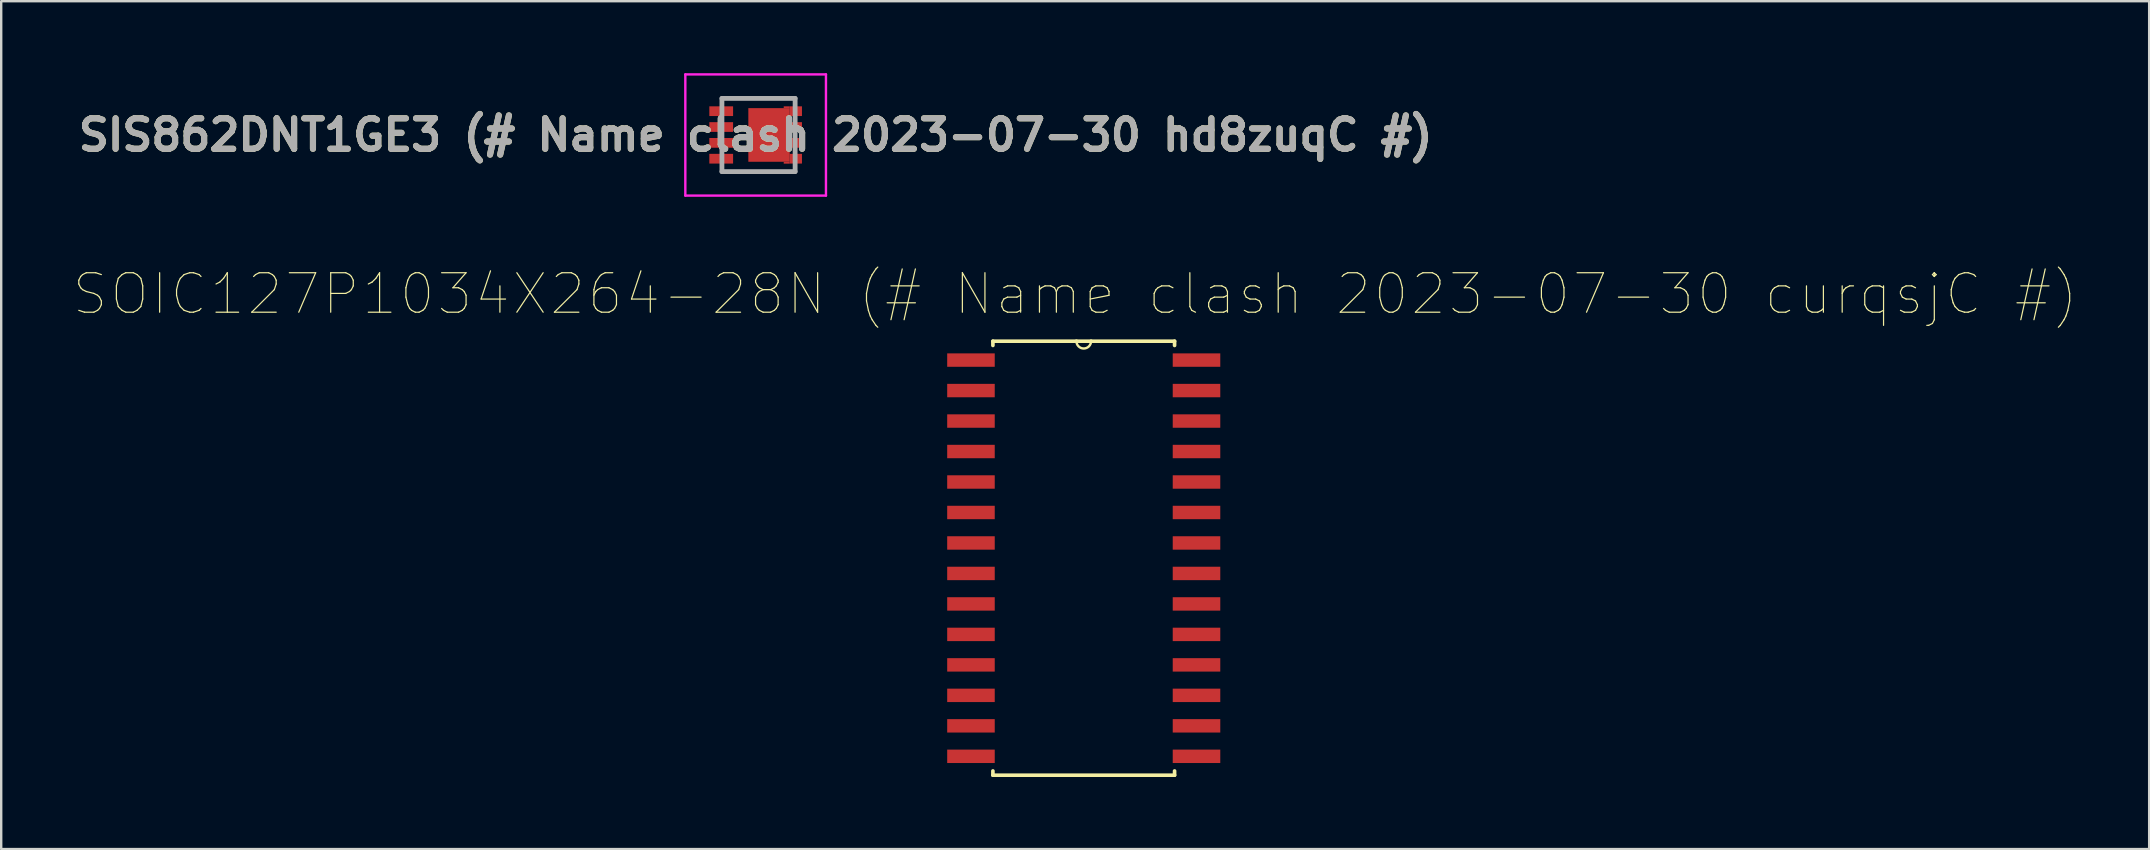
<source format=kicad_pcb>
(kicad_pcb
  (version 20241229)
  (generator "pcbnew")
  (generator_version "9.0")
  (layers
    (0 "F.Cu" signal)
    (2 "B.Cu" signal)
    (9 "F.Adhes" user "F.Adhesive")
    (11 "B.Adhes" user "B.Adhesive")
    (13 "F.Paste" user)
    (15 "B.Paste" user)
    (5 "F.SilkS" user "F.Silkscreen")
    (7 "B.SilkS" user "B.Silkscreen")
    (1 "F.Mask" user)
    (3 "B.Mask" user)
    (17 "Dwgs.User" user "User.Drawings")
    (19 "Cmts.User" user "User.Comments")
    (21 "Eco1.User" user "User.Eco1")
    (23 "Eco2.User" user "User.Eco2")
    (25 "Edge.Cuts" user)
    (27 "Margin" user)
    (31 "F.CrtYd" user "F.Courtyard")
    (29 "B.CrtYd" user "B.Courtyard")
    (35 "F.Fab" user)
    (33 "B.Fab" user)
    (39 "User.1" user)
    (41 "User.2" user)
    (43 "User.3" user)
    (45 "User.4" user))
  (footprint "SOIC127P1034X264-28N (# Name clash 2023-07-30 curqsjC #)"
    (layer "F.Cu")
    (at 42.107 20.209)
    (property "Reference" "SOIC127P1034X264-28N (# Name clash 2023-07-30 curqsjC #)" (at -0.357 -11.009 0) (layer "F.SilkS") (effects (font (size 1.645 1.645) (thickness 0.05))))
    (attr smd)
    (fp_line (start -3.785 -9.042) (end -3.785 -8.865) (stroke (width 0.152) (type solid)) (layer "F.SilkS"))
    (fp_line (start -3.785 8.865) (end -3.785 9.042) (stroke (width 0.152) (type solid)) (layer "F.SilkS"))
    (fp_line (start -3.785 9.042) (end 3.785 9.042) (stroke (width 0.152) (type solid)) (layer "F.SilkS"))
    (fp_line (start -0.305 -9.042) (end -3.785 -9.042) (stroke (width 0.152) (type solid)) (layer "F.SilkS"))
    (fp_line (start 0.305 -9.042) (end -0.305 -9.042) (stroke (width 0.152) (type solid)) (layer "F.SilkS"))
    (fp_line (start 3.785 -9.042) (end 0.305 -9.042) (stroke (width 0.152) (type solid)) (layer "F.SilkS"))
    (fp_line (start 3.785 -8.865) (end 3.785 -9.042) (stroke (width 0.152) (type solid)) (layer "F.SilkS"))
    (fp_line (start 3.785 9.042) (end 3.785 8.865) (stroke (width 0.152) (type solid)) (layer "F.SilkS"))
    (fp_arc (start 0.3048 -9.0424) (mid 0 -8.7376) (end -0.3048 -9.0424) (stroke (width 0.1) (type solid)) (layer "F.SilkS"))
    (fp_line (start -5.334 -8.509) (end -5.334 -8.001) (stroke (width 0.152) (type solid)) (layer "Eco2.User"))
    (fp_line (start -5.334 -8.001) (end -3.785 -8.001) (stroke (width 0.152) (type solid)) (layer "Eco2.User"))
    (fp_line (start -5.334 -7.239) (end -5.334 -6.731) (stroke (width 0.152) (type solid)) (layer "Eco2.User"))
    (fp_line (start -5.334 -6.731) (end -3.785 -6.731) (stroke (width 0.152) (type solid)) (layer "Eco2.User"))
    (fp_line (start -5.334 -5.969) (end -5.334 -5.461) (stroke (width 0.152) (type solid)) (layer "Eco2.User"))
    (fp_line (start -5.334 -5.461) (end -3.785 -5.461) (stroke (width 0.152) (type solid)) (layer "Eco2.User"))
    (fp_line (start -5.334 -4.699) (end -5.334 -4.191) (stroke (width 0.152) (type solid)) (layer "Eco2.User"))
    (fp_line (start -5.334 -4.191) (end -3.785 -4.191) (stroke (width 0.152) (type solid)) (layer "Eco2.User"))
    (fp_line (start -5.334 -3.429) (end -5.334 -2.921) (stroke (width 0.152) (type solid)) (layer "Eco2.User"))
    (fp_line (start -5.334 -2.921) (end -3.785 -2.921) (stroke (width 0.152) (type solid)) (layer "Eco2.User"))
    (fp_line (start -5.334 -2.159) (end -5.334 -1.651) (stroke (width 0.152) (type solid)) (layer "Eco2.User"))
    (fp_line (start -5.334 -1.651) (end -3.785 -1.651) (stroke (width 0.152) (type solid)) (layer "Eco2.User"))
    (fp_line (start -5.334 -0.889) (end -5.334 -0.381) (stroke (width 0.152) (type solid)) (layer "Eco2.User"))
    (fp_line (start -5.334 -0.381) (end -3.785 -0.381) (stroke (width 0.152) (type solid)) (layer "Eco2.User"))
    (fp_line (start -5.334 0.381) (end -5.334 0.889) (stroke (width 0.152) (type solid)) (layer "Eco2.User"))
    (fp_line (start -5.334 0.889) (end -3.785 0.889) (stroke (width 0.152) (type solid)) (layer "Eco2.User"))
    (fp_line (start -5.334 1.651) (end -5.334 2.159) (stroke (width 0.152) (type solid)) (layer "Eco2.User"))
    (fp_line (start -5.334 2.159) (end -3.785 2.159) (stroke (width 0.152) (type solid)) (layer "Eco2.User"))
    (fp_line (start -5.334 2.921) (end -5.334 3.429) (stroke (width 0.152) (type solid)) (layer "Eco2.User"))
    (fp_line (start -5.334 3.429) (end -3.785 3.429) (stroke (width 0.152) (type solid)) (layer "Eco2.User"))
    (fp_line (start -5.334 4.191) (end -5.334 4.699) (stroke (width 0.152) (type solid)) (layer "Eco2.User"))
    (fp_line (start -5.334 4.699) (end -3.785 4.699) (stroke (width 0.152) (type solid)) (layer "Eco2.User"))
    (fp_line (start -5.334 5.461) (end -5.334 5.969) (stroke (width 0.152) (type solid)) (layer "Eco2.User"))
    (fp_line (start -5.334 5.969) (end -3.785 5.969) (stroke (width 0.152) (type solid)) (layer "Eco2.User"))
    (fp_line (start -5.334 6.731) (end -5.334 7.239) (stroke (width 0.152) (type solid)) (layer "Eco2.User"))
    (fp_line (start -5.334 7.239) (end -3.785 7.239) (stroke (width 0.152) (type solid)) (layer "Eco2.User"))
    (fp_line (start -5.334 8.001) (end -5.334 8.509) (stroke (width 0.152) (type solid)) (layer "Eco2.User"))
    (fp_line (start -5.334 8.509) (end -3.785 8.509) (stroke (width 0.152) (type solid)) (layer "Eco2.User"))
    (fp_line (start -3.785 -9.042) (end -3.785 9.042) (stroke (width 0.152) (type solid)) (layer "Eco2.User"))
    (fp_line (start -3.785 -8.509) (end -5.334 -8.509) (stroke (width 0.152) (type solid)) (layer "Eco2.User"))
    (fp_line (start -3.785 -8.001) (end -3.785 -8.509) (stroke (width 0.152) (type solid)) (layer "Eco2.User"))
    (fp_line (start -3.785 -7.239) (end -5.334 -7.239) (stroke (width 0.152) (type solid)) (layer "Eco2.User"))
    (fp_line (start -3.785 -6.731) (end -3.785 -7.239) (stroke (width 0.152) (type solid)) (layer "Eco2.User"))
    (fp_line (start -3.785 -5.969) (end -5.334 -5.969) (stroke (width 0.152) (type solid)) (layer "Eco2.User"))
    (fp_line (start -3.785 -5.461) (end -3.785 -5.969) (stroke (width 0.152) (type solid)) (layer "Eco2.User"))
    (fp_line (start -3.785 -4.699) (end -5.334 -4.699) (stroke (width 0.152) (type solid)) (layer "Eco2.User"))
    (fp_line (start -3.785 -4.191) (end -3.785 -4.699) (stroke (width 0.152) (type solid)) (layer "Eco2.User"))
    (fp_line (start -3.785 -3.429) (end -5.334 -3.429) (stroke (width 0.152) (type solid)) (layer "Eco2.User"))
    (fp_line (start -3.785 -2.921) (end -3.785 -3.429) (stroke (width 0.152) (type solid)) (layer "Eco2.User"))
    (fp_line (start -3.785 -2.159) (end -5.334 -2.159) (stroke (width 0.152) (type solid)) (layer "Eco2.User"))
    (fp_line (start -3.785 -1.651) (end -3.785 -2.159) (stroke (width 0.152) (type solid)) (layer "Eco2.User"))
    (fp_line (start -3.785 -0.889) (end -5.334 -0.889) (stroke (width 0.152) (type solid)) (layer "Eco2.User"))
    (fp_line (start -3.785 -0.381) (end -3.785 -0.889) (stroke (width 0.152) (type solid)) (layer "Eco2.User"))
    (fp_line (start -3.785 0.381) (end -5.334 0.381) (stroke (width 0.152) (type solid)) (layer "Eco2.User"))
    (fp_line (start -3.785 0.889) (end -3.785 0.381) (stroke (width 0.152) (type solid)) (layer "Eco2.User"))
    (fp_line (start -3.785 1.651) (end -5.334 1.651) (stroke (width 0.152) (type solid)) (layer "Eco2.User"))
    (fp_line (start -3.785 2.159) (end -3.785 1.651) (stroke (width 0.152) (type solid)) (layer "Eco2.User"))
    (fp_line (start -3.785 2.921) (end -5.334 2.921) (stroke (width 0.152) (type solid)) (layer "Eco2.User"))
    (fp_line (start -3.785 3.429) (end -3.785 2.921) (stroke (width 0.152) (type solid)) (layer "Eco2.User"))
    (fp_line (start -3.785 4.191) (end -5.334 4.191) (stroke (width 0.152) (type solid)) (layer "Eco2.User"))
    (fp_line (start -3.785 4.699) (end -3.785 4.191) (stroke (width 0.152) (type solid)) (layer "Eco2.User"))
    (fp_line (start -3.785 5.461) (end -5.334 5.461) (stroke (width 0.152) (type solid)) (layer "Eco2.User"))
    (fp_line (start -3.785 5.969) (end -3.785 5.461) (stroke (width 0.152) (type solid)) (layer "Eco2.User"))
    (fp_line (start -3.785 6.731) (end -5.334 6.731) (stroke (width 0.152) (type solid)) (layer "Eco2.User"))
    (fp_line (start -3.785 7.239) (end -3.785 6.731) (stroke (width 0.152) (type solid)) (layer "Eco2.User"))
    (fp_line (start -3.785 8.001) (end -5.334 8.001) (stroke (width 0.152) (type solid)) (layer "Eco2.User"))
    (fp_line (start -3.785 8.509) (end -3.785 8.001) (stroke (width 0.152) (type solid)) (layer "Eco2.User"))
    (fp_line (start -3.785 9.042) (end 3.785 9.042) (stroke (width 0.152) (type solid)) (layer "Eco2.User"))
    (fp_line (start -0.305 -9.042) (end -3.785 -9.042) (stroke (width 0.152) (type solid)) (layer "Eco2.User"))
    (fp_line (start 0.305 -9.042) (end -0.305 -9.042) (stroke (width 0.152) (type solid)) (layer "Eco2.User"))
    (fp_line (start 3.785 -9.042) (end 0.305 -9.042) (stroke (width 0.152) (type solid)) (layer "Eco2.User"))
    (fp_line (start 3.785 -8.509) (end 3.785 -8.001) (stroke (width 0.152) (type solid)) (layer "Eco2.User"))
    (fp_line (start 3.785 -8.001) (end 5.334 -8.001) (stroke (width 0.152) (type solid)) (layer "Eco2.User"))
    (fp_line (start 3.785 -7.239) (end 3.785 -6.731) (stroke (width 0.152) (type solid)) (layer "Eco2.User"))
    (fp_line (start 3.785 -6.731) (end 5.334 -6.731) (stroke (width 0.152) (type solid)) (layer "Eco2.User"))
    (fp_line (start 3.785 -5.969) (end 3.785 -5.461) (stroke (width 0.152) (type solid)) (layer "Eco2.User"))
    (fp_line (start 3.785 -5.461) (end 5.334 -5.461) (stroke (width 0.152) (type solid)) (layer "Eco2.User"))
    (fp_line (start 3.785 -4.699) (end 3.785 -4.191) (stroke (width 0.152) (type solid)) (layer "Eco2.User"))
    (fp_line (start 3.785 -4.191) (end 5.334 -4.191) (stroke (width 0.152) (type solid)) (layer "Eco2.User"))
    (fp_line (start 3.785 -3.429) (end 3.785 -2.921) (stroke (width 0.152) (type solid)) (layer "Eco2.User"))
    (fp_line (start 3.785 -2.921) (end 5.334 -2.921) (stroke (width 0.152) (type solid)) (layer "Eco2.User"))
    (fp_line (start 3.785 -2.159) (end 3.785 -1.651) (stroke (width 0.152) (type solid)) (layer "Eco2.User"))
    (fp_line (start 3.785 -1.651) (end 5.334 -1.651) (stroke (width 0.152) (type solid)) (layer "Eco2.User"))
    (fp_line (start 3.785 -0.889) (end 3.785 -0.381) (stroke (width 0.152) (type solid)) (layer "Eco2.User"))
    (fp_line (start 3.785 -0.381) (end 5.334 -0.381) (stroke (width 0.152) (type solid)) (layer "Eco2.User"))
    (fp_line (start 3.785 0.381) (end 3.785 0.889) (stroke (width 0.152) (type solid)) (layer "Eco2.User"))
    (fp_line (start 3.785 0.889) (end 5.334 0.889) (stroke (width 0.152) (type solid)) (layer "Eco2.User"))
    (fp_line (start 3.785 1.651) (end 3.785 2.159) (stroke (width 0.152) (type solid)) (layer "Eco2.User"))
    (fp_line (start 3.785 2.159) (end 5.334 2.159) (stroke (width 0.152) (type solid)) (layer "Eco2.User"))
    (fp_line (start 3.785 2.921) (end 3.785 3.429) (stroke (width 0.152) (type solid)) (layer "Eco2.User"))
    (fp_line (start 3.785 3.429) (end 5.334 3.429) (stroke (width 0.152) (type solid)) (layer "Eco2.User"))
    (fp_line (start 3.785 4.191) (end 3.785 4.699) (stroke (width 0.152) (type solid)) (layer "Eco2.User"))
    (fp_line (start 3.785 4.699) (end 5.334 4.699) (stroke (width 0.152) (type solid)) (layer "Eco2.User"))
    (fp_line (start 3.785 5.461) (end 3.785 5.969) (stroke (width 0.152) (type solid)) (layer "Eco2.User"))
    (fp_line (start 3.785 5.969) (end 5.334 5.969) (stroke (width 0.152) (type solid)) (layer "Eco2.User"))
    (fp_line (start 3.785 6.731) (end 3.785 7.239) (stroke (width 0.152) (type solid)) (layer "Eco2.User"))
    (fp_line (start 3.785 7.239) (end 5.334 7.239) (stroke (width 0.152) (type solid)) (layer "Eco2.User"))
    (fp_line (start 3.785 8.001) (end 3.785 8.509) (stroke (width 0.152) (type solid)) (layer "Eco2.User"))
    (fp_line (start 3.785 8.509) (end 5.334 8.509) (stroke (width 0.152) (type solid)) (layer "Eco2.User"))
    (fp_line (start 3.785 9.042) (end 3.785 -9.042) (stroke (width 0.152) (type solid)) (layer "Eco2.User"))
    (fp_line (start 5.334 -8.509) (end 3.785 -8.509) (stroke (width 0.152) (type solid)) (layer "Eco2.User"))
    (fp_line (start 5.334 -8.001) (end 5.334 -8.509) (stroke (width 0.152) (type solid)) (layer "Eco2.User"))
    (fp_line (start 5.334 -7.239) (end 3.785 -7.239) (stroke (width 0.152) (type solid)) (layer "Eco2.User"))
    (fp_line (start 5.334 -6.731) (end 5.334 -7.239) (stroke (width 0.152) (type solid)) (layer "Eco2.User"))
    (fp_line (start 5.334 -5.969) (end 3.785 -5.969) (stroke (width 0.152) (type solid)) (layer "Eco2.User"))
    (fp_line (start 5.334 -5.461) (end 5.334 -5.969) (stroke (width 0.152) (type solid)) (layer "Eco2.User"))
    (fp_line (start 5.334 -4.699) (end 3.785 -4.699) (stroke (width 0.152) (type solid)) (layer "Eco2.User"))
    (fp_line (start 5.334 -4.191) (end 5.334 -4.699) (stroke (width 0.152) (type solid)) (layer "Eco2.User"))
    (fp_line (start 5.334 -3.429) (end 3.785 -3.429) (stroke (width 0.152) (type solid)) (layer "Eco2.User"))
    (fp_line (start 5.334 -2.921) (end 5.334 -3.429) (stroke (width 0.152) (type solid)) (layer "Eco2.User"))
    (fp_line (start 5.334 -2.159) (end 3.785 -2.159) (stroke (width 0.152) (type solid)) (layer "Eco2.User"))
    (fp_line (start 5.334 -1.651) (end 5.334 -2.159) (stroke (width 0.152) (type solid)) (layer "Eco2.User"))
    (fp_line (start 5.334 -0.889) (end 3.785 -0.889) (stroke (width 0.152) (type solid)) (layer "Eco2.User"))
    (fp_line (start 5.334 -0.381) (end 5.334 -0.889) (stroke (width 0.152) (type solid)) (layer "Eco2.User"))
    (fp_line (start 5.334 0.381) (end 3.785 0.381) (stroke (width 0.152) (type solid)) (layer "Eco2.User"))
    (fp_line (start 5.334 0.889) (end 5.334 0.381) (stroke (width 0.152) (type solid)) (layer "Eco2.User"))
    (fp_line (start 5.334 1.651) (end 3.785 1.651) (stroke (width 0.152) (type solid)) (layer "Eco2.User"))
    (fp_line (start 5.334 2.159) (end 5.334 1.651) (stroke (width 0.152) (type solid)) (layer "Eco2.User"))
    (fp_line (start 5.334 2.921) (end 3.785 2.921) (stroke (width 0.152) (type solid)) (layer "Eco2.User"))
    (fp_line (start 5.334 3.429) (end 5.334 2.921) (stroke (width 0.152) (type solid)) (layer "Eco2.User"))
    (fp_line (start 5.334 4.191) (end 3.785 4.191) (stroke (width 0.152) (type solid)) (layer "Eco2.User"))
    (fp_line (start 5.334 4.699) (end 5.334 4.191) (stroke (width 0.152) (type solid)) (layer "Eco2.User"))
    (fp_line (start 5.334 5.461) (end 3.785 5.461) (stroke (width 0.152) (type solid)) (layer "Eco2.User"))
    (fp_line (start 5.334 5.969) (end 5.334 5.461) (stroke (width 0.152) (type solid)) (layer "Eco2.User"))
    (fp_line (start 5.334 6.731) (end 3.785 6.731) (stroke (width 0.152) (type solid)) (layer "Eco2.User"))
    (fp_line (start 5.334 7.239) (end 5.334 6.731) (stroke (width 0.152) (type solid)) (layer "Eco2.User"))
    (fp_line (start 5.334 8.001) (end 3.785 8.001) (stroke (width 0.152) (type solid)) (layer "Eco2.User"))
    (fp_line (start 5.334 8.509) (end 5.334 8.001) (stroke (width 0.152) (type solid)) (layer "Eco2.User"))
    (fp_arc (start 0.3048 -9.0424) (mid 0 -8.7376) (end -0.3048 -9.0424) (stroke (width 0.1) (type solid)) (layer "Eco2.User"))
    (pad "1" smd rect (at -4.699 -8.255) (size 1.981 0.559) (layers "F.Cu" "F.Paste"))
    (pad "2" smd rect (at -4.699 -6.985) (size 1.981 0.559) (layers "F.Cu" "F.Paste"))
    (pad "3" smd rect (at -4.699 -5.715) (size 1.981 0.559) (layers "F.Cu" "F.Paste"))
    (pad "4" smd rect (at -4.699 -4.445) (size 1.981 0.559) (layers "F.Cu" "F.Paste"))
    (pad "5" smd rect (at -4.699 -3.175) (size 1.981 0.559) (layers "F.Cu" "F.Paste"))
    (pad "6" smd rect (at -4.699 -1.905) (size 1.981 0.559) (layers "F.Cu" "F.Paste"))
    (pad "7" smd rect (at -4.699 -0.635) (size 1.981 0.559) (layers "F.Cu" "F.Paste"))
    (pad "8" smd rect (at -4.699 0.635) (size 1.981 0.559) (layers "F.Cu" "F.Paste"))
    (pad "9" smd rect (at -4.699 1.905) (size 1.981 0.559) (layers "F.Cu" "F.Paste"))
    (pad "10" smd rect (at -4.699 3.175) (size 1.981 0.559) (layers "F.Cu" "F.Paste"))
    (pad "11" smd rect (at -4.699 4.445) (size 1.981 0.559) (layers "F.Cu" "F.Paste"))
    (pad "12" smd rect (at -4.699 5.715) (size 1.981 0.559) (layers "F.Cu" "F.Paste"))
    (pad "13" smd rect (at -4.699 6.985) (size 1.981 0.559) (layers "F.Cu" "F.Paste"))
    (pad "14" smd rect (at -4.699 8.255) (size 1.981 0.559) (layers "F.Cu" "F.Paste"))
    (pad "15" smd rect (at 4.699 8.255) (size 1.981 0.559) (layers "F.Cu" "F.Paste"))
    (pad "16" smd rect (at 4.699 6.985) (size 1.981 0.559) (layers "F.Cu" "F.Paste"))
    (pad "17" smd rect (at 4.699 5.715) (size 1.981 0.559) (layers "F.Cu" "F.Paste"))
    (pad "18" smd rect (at 4.699 4.445) (size 1.981 0.559) (layers "F.Cu" "F.Paste"))
    (pad "19" smd rect (at 4.699 3.175) (size 1.981 0.559) (layers "F.Cu" "F.Paste"))
    (pad "20" smd rect (at 4.699 1.905) (size 1.981 0.559) (layers "F.Cu" "F.Paste"))
    (pad "21" smd rect (at 4.699 0.635) (size 1.981 0.559) (layers "F.Cu" "F.Paste"))
    (pad "22" smd rect (at 4.699 -0.635) (size 1.981 0.559) (layers "F.Cu" "F.Paste"))
    (pad "23" smd rect (at 4.699 -1.905) (size 1.981 0.559) (layers "F.Cu" "F.Paste"))
    (pad "24" smd rect (at 4.699 -3.175) (size 1.981 0.559) (layers "F.Cu" "F.Paste"))
    (pad "25" smd rect (at 4.699 -4.445) (size 1.981 0.559) (layers "F.Cu" "F.Paste"))
    (pad "26" smd rect (at 4.699 -5.715) (size 1.981 0.559) (layers "F.Cu" "F.Paste"))
    (pad "27" smd rect (at 4.699 -6.985) (size 1.981 0.559) (layers "F.Cu" "F.Paste"))
    (pad "28" smd rect (at 4.699 -8.255) (size 1.981 0.559) (layers "F.Cu" "F.Paste")))
  (footprint "SIS862DNT1GE3 (# Name clash 2023-07-30 hd8zuqC #)"
    (layer "F.Cu")
    (at 28.556 2.575)
    (property "Reference" "SIS862DNT1GE3 (# Name clash 2023-07-30 hd8zuqC #)" (at -0.12 0 0) (layer "F.SilkS") (effects (font (size 1.27 1.27) (thickness 0.254))))
    (attr smd)
    (fp_line (start -1.525 -1.525) (end 1.555 -1.525) (stroke (width 0.1) (type solid)) (layer "F.SilkS"))
    (fp_line (start -1.5 1.525) (end 1.525 1.525) (stroke (width 0.1) (type solid)) (layer "F.SilkS"))
    (fp_line (start -3.05 -2.525) (end 2.81 -2.525) (stroke (width 0.1) (type solid)) (layer "F.CrtYd"))
    (fp_line (start -3.05 2.525) (end -3.05 -2.525) (stroke (width 0.1) (type solid)) (layer "F.CrtYd"))
    (fp_line (start 2.81 -2.525) (end 2.81 2.525) (stroke (width 0.1) (type solid)) (layer "F.CrtYd"))
    (fp_line (start 2.81 2.525) (end -3.05 2.525) (stroke (width 0.1) (type solid)) (layer "F.CrtYd"))
    (fp_line (start -1.525 -1.525) (end 1.525 -1.525) (stroke (width 0.2) (type solid)) (layer "F.Fab"))
    (fp_line (start -1.525 1.525) (end -1.525 -1.525) (stroke (width 0.2) (type solid)) (layer "F.Fab"))
    (fp_line (start 1.525 -1.525) (end 1.525 1.525) (stroke (width 0.2) (type solid)) (layer "F.Fab"))
    (fp_line (start 1.525 1.525) (end -1.525 1.525) (stroke (width 0.2) (type solid)) (layer "F.Fab"))
    (fp_text user "${REFERENCE}" (at -0.12 0 0) (layer "F.Fab") (effects (font (size 1.27 1.27) (thickness 0.254))))
    (pad "1" smd rect (at -1.555 -0.992 90) (size 0.405 0.99) (layers "F.Cu" "F.Mask" "F.Paste"))
    (pad "2" smd rect (at -1.555 -0.332 90) (size 0.405 0.99) (layers "F.Cu" "F.Mask" "F.Paste"))
    (pad "3" smd rect (at -1.555 0.328 90) (size 0.405 0.99) (layers "F.Cu" "F.Mask" "F.Paste"))
    (pad "4" smd rect (at -1.555 0.988 90) (size 0.405 0.99) (layers "F.Cu" "F.Mask" "F.Paste"))
    (pad "5" smd rect (at 1.555 0.988 90) (size 0.405 0.51) (layers "F.Cu" "F.Mask" "F.Paste"))
    (pad "6" smd rect (at 1.555 0.328 90) (size 0.405 0.51) (layers "F.Cu" "F.Mask" "F.Paste"))
    (pad "7" smd rect (at 1.555 -0.332 90) (size 0.405 0.51) (layers "F.Cu" "F.Mask" "F.Paste"))
    (pad "8" smd rect (at 1.555 -0.992 90) (size 0.405 0.51) (layers "F.Cu" "F.Mask" "F.Paste"))
    (pad "9" smd rect (at 0.438 -0.002) (size 1.725 2.235) (layers "F.Cu" "F.Mask" "F.Paste"))
    (pad "10" smd rect (at 1.175 1.156 90) (size 0.077 0.25) (layers "F.Cu" "F.Mask" "F.Paste"))
    (pad "11" smd rect (at 1.175 -1.156 90) (size 0.077 0.25) (layers "F.Cu" "F.Mask" "F.Paste")))
  (gr_rect
    (start -3 -3)
    (end 86.501 32.328)
    (stroke (width 0.1) (type default))
    (fill no)
    (layer "Edge.Cuts")))
</source>
